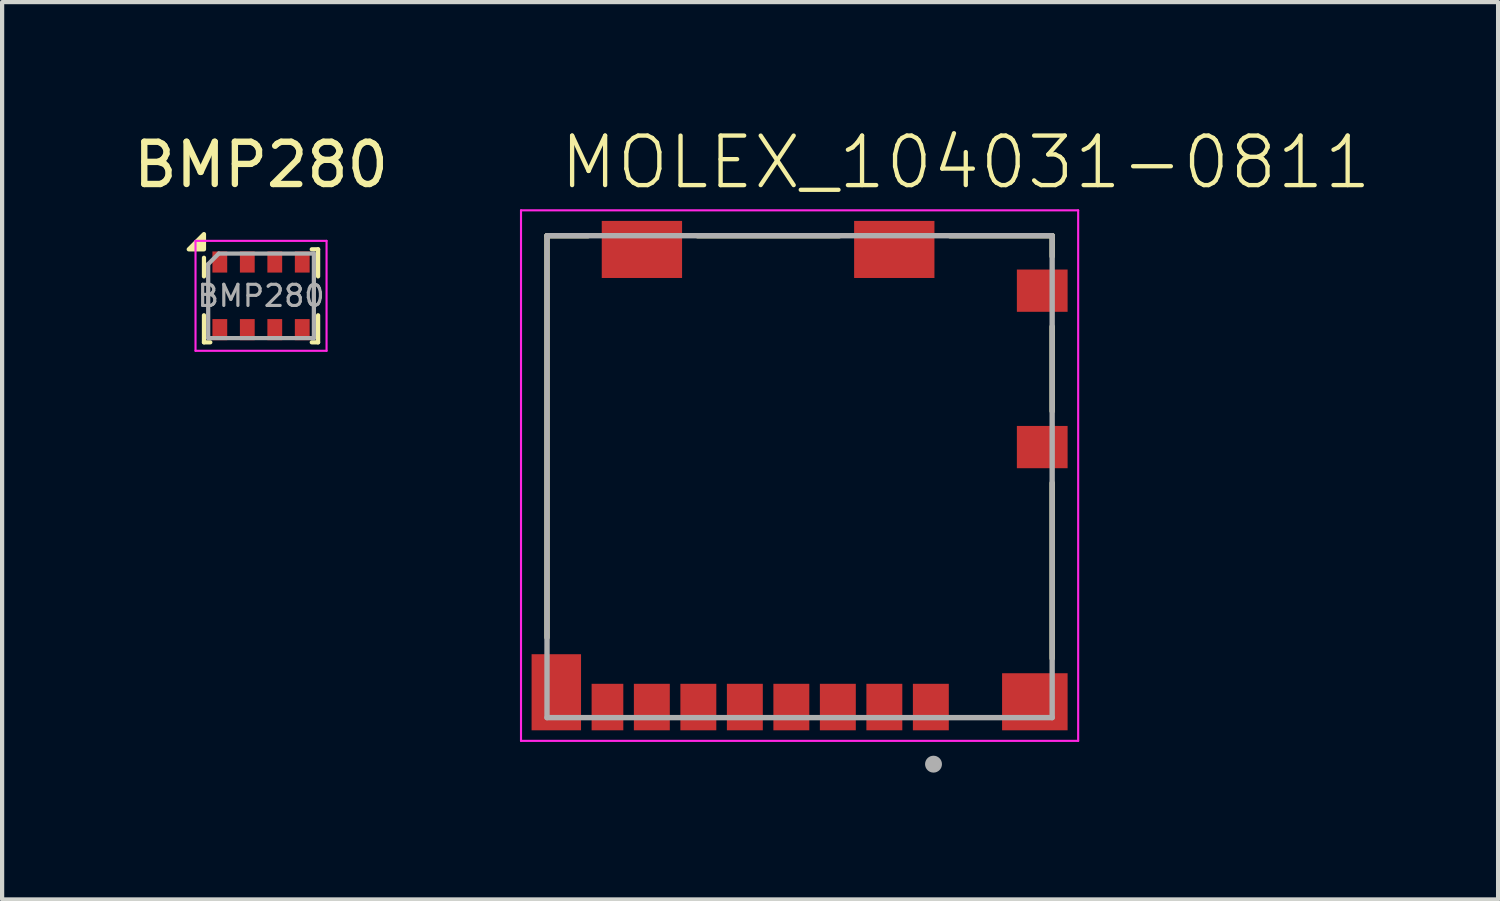
<source format=kicad_pcb>
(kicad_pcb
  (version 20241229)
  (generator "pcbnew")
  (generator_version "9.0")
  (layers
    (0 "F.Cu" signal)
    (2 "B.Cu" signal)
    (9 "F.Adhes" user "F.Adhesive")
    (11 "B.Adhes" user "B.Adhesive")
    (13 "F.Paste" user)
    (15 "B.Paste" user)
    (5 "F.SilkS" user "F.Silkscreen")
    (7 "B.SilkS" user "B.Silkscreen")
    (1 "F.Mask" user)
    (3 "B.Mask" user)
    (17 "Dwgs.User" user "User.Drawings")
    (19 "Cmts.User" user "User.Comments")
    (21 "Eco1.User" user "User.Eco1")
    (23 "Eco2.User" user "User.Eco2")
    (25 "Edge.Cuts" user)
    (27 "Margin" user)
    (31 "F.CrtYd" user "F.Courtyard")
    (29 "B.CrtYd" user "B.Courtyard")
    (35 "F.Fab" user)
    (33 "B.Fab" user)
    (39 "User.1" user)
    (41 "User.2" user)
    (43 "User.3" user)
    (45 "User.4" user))
  (footprint "BMP280"
    (layer "F.Cu")
    (at 3.125 3.948)
    (property "Reference" "BMP280" (at 0 -3.1 0) (layer "F.SilkS") (effects (font (size 1 1) (thickness 0.15))))
    (attr smd)
    (fp_line (start -1.35 -0.46) (end -1.35 -0.9) (stroke (width 0.1) (type solid)) (layer "F.SilkS"))
    (fp_line (start -1.35 1.1) (end -1.35 0.46) (stroke (width 0.1) (type solid)) (layer "F.SilkS"))
    (fp_line (start -1.35 1.1) (end -1.2 1.1) (stroke (width 0.1) (type solid)) (layer "F.SilkS"))
    (fp_line (start 1.2 -1.1) (end 1.35 -1.1) (stroke (width 0.1) (type solid)) (layer "F.SilkS"))
    (fp_line (start 1.2 1.1) (end 1.35 1.1) (stroke (width 0.1) (type solid)) (layer "F.SilkS"))
    (fp_line (start 1.35 -0.46) (end 1.35 -1.1) (stroke (width 0.1) (type solid)) (layer "F.SilkS"))
    (fp_line (start 1.35 1.1) (end 1.35 0.46) (stroke (width 0.1) (type solid)) (layer "F.SilkS"))
    (fp_poly (pts (xy -1.35 -1.1) (xy -1.71 -1.1) (xy -1.35 -1.46) (xy -1.35 -1.1)) (stroke (width 0.1) (type solid)) (fill yes) (layer "F.SilkS"))
    (fp_line (start -1.55 -1.3) (end 1.55 -1.3) (stroke (width 0.05) (type solid)) (layer "F.CrtYd"))
    (fp_line (start -1.55 1.3) (end -1.55 -1.3) (stroke (width 0.05) (type solid)) (layer "F.CrtYd"))
    (fp_line (start 1.55 -1.3) (end 1.55 1.3) (stroke (width 0.05) (type solid)) (layer "F.CrtYd"))
    (fp_line (start 1.55 1.3) (end -1.55 1.3) (stroke (width 0.05) (type solid)) (layer "F.CrtYd"))
    (fp_line (start -1.25 1) (end -1.25 -0.75) (stroke (width 0.1) (type solid)) (layer "F.Fab"))
    (fp_line (start -1.25 1) (end 1.25 1) (stroke (width 0.1) (type solid)) (layer "F.Fab"))
    (fp_line (start -1 -1) (end -1.25 -0.75) (stroke (width 0.1) (type solid)) (layer "F.Fab"))
    (fp_line (start 1.25 -1) (end -1 -1) (stroke (width 0.1) (type solid)) (layer "F.Fab"))
    (fp_line (start 1.25 -1) (end 1.25 1) (stroke (width 0.1) (type solid)) (layer "F.Fab"))
    (fp_text user "${REFERENCE}" (at 0 0 0) (layer "F.Fab") (effects (font (size 0.5 0.5) (thickness 0.075))))
    (pad "1" smd rect (at -0.975 -0.8 90) (size 0.5 0.35) (layers "F.Cu" "F.Mask" "F.Paste"))
    (pad "2" smd rect (at -0.325 -0.8 90) (size 0.5 0.35) (layers "F.Cu" "F.Mask" "F.Paste"))
    (pad "3" smd rect (at 0.325 -0.8 90) (size 0.5 0.35) (layers "F.Cu" "F.Mask" "F.Paste"))
    (pad "4" smd rect (at 0.975 -0.8 90) (size 0.5 0.35) (layers "F.Cu" "F.Mask" "F.Paste"))
    (pad "5" smd rect (at 0.975 0.8 90) (size 0.5 0.35) (layers "F.Cu" "F.Mask" "F.Paste"))
    (pad "6" smd rect (at 0.325 0.8 90) (size 0.5 0.35) (layers "F.Cu" "F.Mask" "F.Paste"))
    (pad "7" smd rect (at -0.325 0.8 90) (size 0.5 0.35) (layers "F.Cu" "F.Mask" "F.Paste"))
    (pad "8" smd rect (at -0.975 0.8 90) (size 0.5 0.35) (layers "F.Cu" "F.Mask" "F.Paste")))
  (footprint "MOLEX_104031-0811"
    (layer "F.Cu")
    (at 15.865 8.226)
    (property "Reference" "MOLEX_104031-0811" (at -5.727 -6.749 0) (unlocked yes) (layer "F.SilkS") (effects (font (size 1.171 1.171) (thickness 0.102)) (justify left bottom)))
    (fp_line (start -5.975 -5.7) (end -5.975 3.806) (stroke (width 0.127) (type solid)) (layer "F.SilkS"))
    (fp_line (start -5.003 -5.7) (end -5.975 -5.7) (stroke (width 0.127) (type solid)) (layer "F.SilkS"))
    (fp_line (start 0.939 -5.7) (end -2.413 -5.7) (stroke (width 0.127) (type solid)) (layer "F.SilkS"))
    (fp_line (start 3.556 -5.7) (end 5.975 -5.7) (stroke (width 0.127) (type solid)) (layer "F.SilkS"))
    (fp_line (start 5.975 -5.7) (end 5.975 -5.211) (stroke (width 0.127) (type solid)) (layer "F.SilkS"))
    (fp_line (start 5.975 -3.55) (end 5.975 -1.55) (stroke (width 0.127) (type solid)) (layer "F.SilkS"))
    (fp_line (start 5.975 0.15) (end 5.975 4.3) (stroke (width 0.127) (type solid)) (layer "F.SilkS"))
    (fp_line (start -6.59 -6.3) (end -6.59 6.25) (stroke (width 0.05) (type solid)) (layer "F.CrtYd"))
    (fp_line (start -6.59 6.25) (end 6.59 6.25) (stroke (width 0.05) (type solid)) (layer "F.CrtYd"))
    (fp_line (start 6.59 -6.3) (end -6.59 -6.3) (stroke (width 0.05) (type solid)) (layer "F.CrtYd"))
    (fp_line (start 6.59 6.25) (end 6.59 -6.3) (stroke (width 0.05) (type solid)) (layer "F.CrtYd"))
    (fp_line (start -5.975 -5.7) (end 5.975 -5.7) (stroke (width 0.127) (type solid)) (layer "F.Fab"))
    (fp_line (start -5.975 5.7) (end -5.975 -5.7) (stroke (width 0.127) (type solid)) (layer "F.Fab"))
    (fp_line (start 5.975 -5.7) (end 5.975 5.7) (stroke (width 0.127) (type solid)) (layer "F.Fab"))
    (fp_line (start 5.975 5.7) (end -5.975 5.7) (stroke (width 0.127) (type solid)) (layer "F.Fab"))
    (fp_circle (center 3.168 6.801) (end 3.268 6.801) (stroke (width 0.2) (type solid)) (fill no) (layer "F.Fab"))
    (pad "1" smd rect (at 3.105 5.45) (size 0.85 1.1) (layers "F.Cu" "F.Mask" "F.Paste"))
    (pad "2" smd rect (at 2.005 5.45) (size 0.85 1.1) (layers "F.Cu" "F.Mask" "F.Paste"))
    (pad "3" smd rect (at 0.905 5.45) (size 0.85 1.1) (layers "F.Cu" "F.Mask" "F.Paste"))
    (pad "4" smd rect (at -0.195 5.45) (size 0.85 1.1) (layers "F.Cu" "F.Mask" "F.Paste"))
    (pad "5" smd rect (at -1.295 5.45) (size 0.85 1.1) (layers "F.Cu" "F.Mask" "F.Paste"))
    (pad "6" smd rect (at -2.395 5.45) (size 0.85 1.1) (layers "F.Cu" "F.Mask" "F.Paste"))
    (pad "7" smd rect (at -3.495 5.45) (size 0.85 1.1) (layers "F.Cu" "F.Mask" "F.Paste"))
    (pad "8" smd rect (at -4.545 5.45) (size 0.75 1.1) (layers "F.Cu" "F.Mask" "F.Paste"))
    (pad "9" smd rect (at 5.74 -0.7) (size 1.2 1) (layers "F.Cu" "F.Mask" "F.Paste"))
    (pad "10" smd rect (at 5.74 -4.4) (size 1.2 1) (layers "F.Cu" "F.Mask" "F.Paste"))
    (pad "G1" smd rect (at 5.565 5.325) (size 1.55 1.35) (layers "F.Cu" "F.Mask" "F.Paste"))
    (pad "G2" smd rect (at -5.755 5.1) (size 1.17 1.8) (layers "F.Cu" "F.Mask" "F.Paste"))
    (pad "G3" smd rect (at -3.73 -5.375) (size 1.9 1.35) (layers "F.Cu" "F.Mask" "F.Paste"))
    (pad "G4" smd rect (at 2.24 -5.375) (size 1.9 1.35) (layers "F.Cu" "F.Mask" "F.Paste")))
  (gr_rect
    (start -3 -3)
    (end 32.389 18.227)
    (stroke (width 0.1) (type default))
    (fill no)
    (layer "Edge.Cuts")))
</source>
